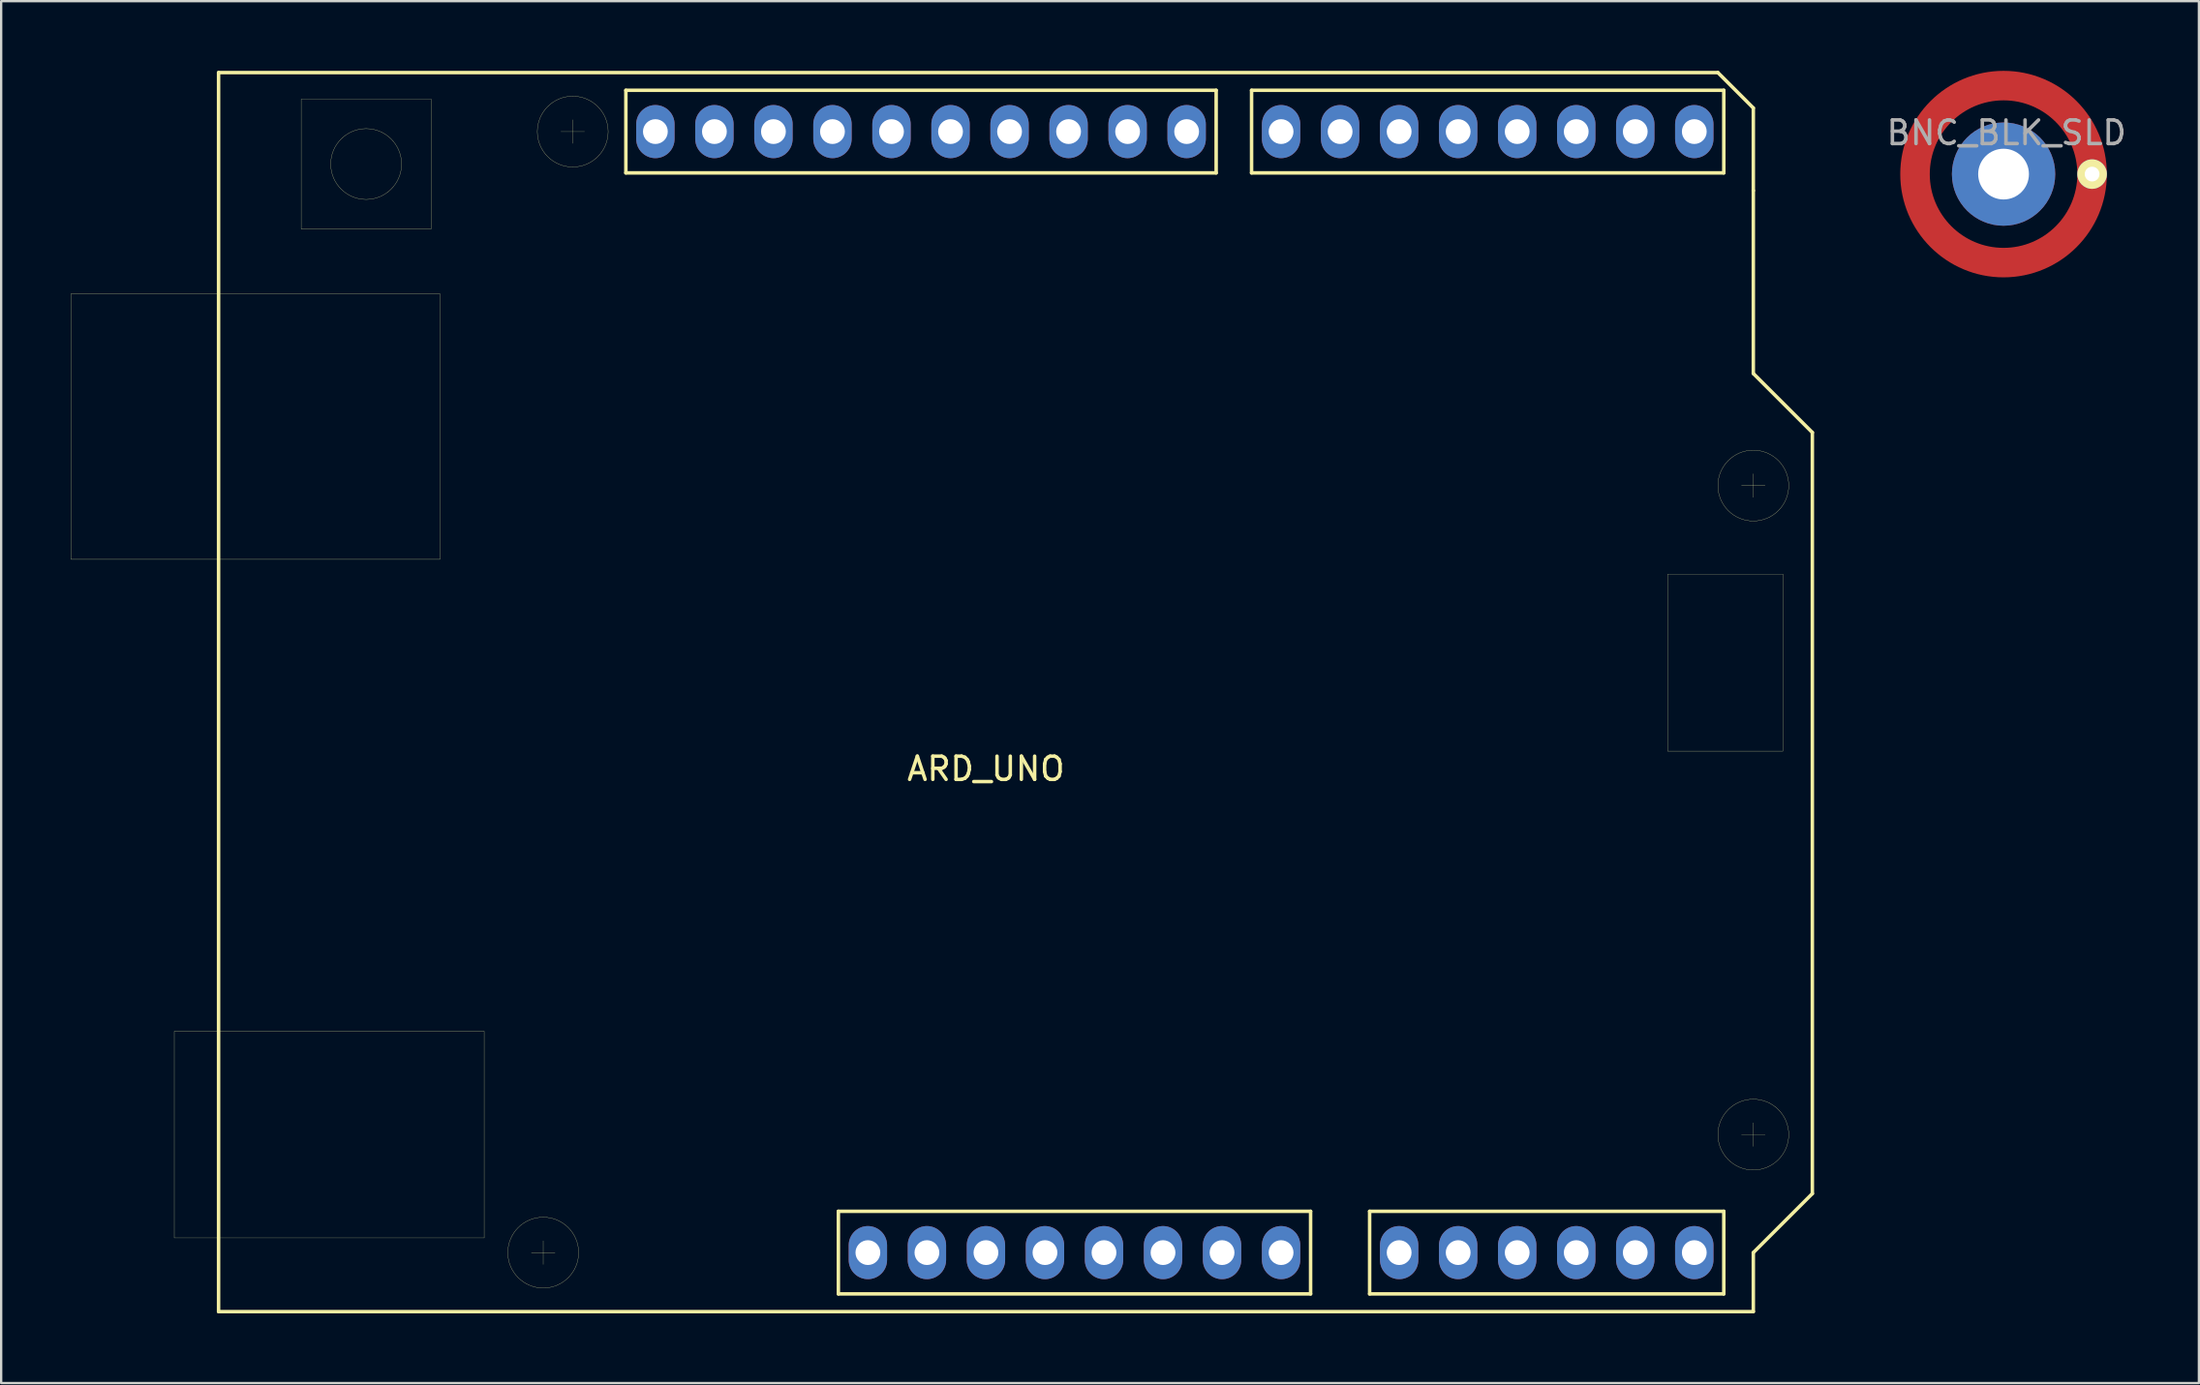
<source format=kicad_pcb>
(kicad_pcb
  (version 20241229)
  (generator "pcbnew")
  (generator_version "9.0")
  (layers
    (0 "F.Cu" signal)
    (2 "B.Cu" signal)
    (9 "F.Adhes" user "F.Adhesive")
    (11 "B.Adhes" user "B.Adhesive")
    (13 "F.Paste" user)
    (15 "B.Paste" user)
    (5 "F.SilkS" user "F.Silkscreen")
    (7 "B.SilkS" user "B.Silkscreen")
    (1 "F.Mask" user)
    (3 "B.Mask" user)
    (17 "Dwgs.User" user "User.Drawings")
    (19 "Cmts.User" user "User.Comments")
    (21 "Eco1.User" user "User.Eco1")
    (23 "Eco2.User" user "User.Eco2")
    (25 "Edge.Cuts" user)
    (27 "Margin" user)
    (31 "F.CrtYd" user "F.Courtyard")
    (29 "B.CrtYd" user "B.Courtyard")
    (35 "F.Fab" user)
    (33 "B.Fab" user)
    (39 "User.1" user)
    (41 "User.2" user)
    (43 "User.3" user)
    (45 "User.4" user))
  (footprint "ARD_UNO"
    (layer "F.Cu")
    (at 39.375 28.015)
    (property "Reference" "ARD_UNO" (at 0 2.032 0) (layer "F.SilkS") (effects (font (size 1 1) (thickness 0.15))))
    (attr through_hole)
    (fp_line (start -39.37 -18.415) (end -39.37 -6.985) (stroke (width 0.01) (type solid)) (layer "F.SilkS"))
    (fp_line (start -39.37 -6.985) (end -23.495 -6.985) (stroke (width 0.01) (type solid)) (layer "F.SilkS"))
    (fp_line (start -34.925 13.335) (end -34.925 22.225) (stroke (width 0.01) (type solid)) (layer "F.SilkS"))
    (fp_line (start -34.925 22.225) (end -21.59 22.225) (stroke (width 0.01) (type solid)) (layer "F.SilkS"))
    (fp_line (start -33.02 -27.94) (end 31.496 -27.94) (stroke (width 0.15) (type solid)) (layer "F.SilkS"))
    (fp_line (start -33.02 25.4) (end -33.02 -27.94) (stroke (width 0.15) (type solid)) (layer "F.SilkS"))
    (fp_line (start -29.464 -26.797) (end -23.876 -26.797) (stroke (width 0.01) (type solid)) (layer "F.SilkS"))
    (fp_line (start -29.464 -21.209) (end -29.464 -26.797) (stroke (width 0.01) (type solid)) (layer "F.SilkS"))
    (fp_line (start -23.876 -26.797) (end -23.876 -21.209) (stroke (width 0.01) (type solid)) (layer "F.SilkS"))
    (fp_line (start -23.876 -21.209) (end -29.464 -21.209) (stroke (width 0.01) (type solid)) (layer "F.SilkS"))
    (fp_line (start -23.495 -18.415) (end -39.37 -18.415) (stroke (width 0.01) (type solid)) (layer "F.SilkS"))
    (fp_line (start -23.495 -6.985) (end -23.495 -18.415) (stroke (width 0.01) (type solid)) (layer "F.SilkS"))
    (fp_line (start -21.59 13.335) (end -34.925 13.335) (stroke (width 0.01) (type solid)) (layer "F.SilkS"))
    (fp_line (start -21.59 22.225) (end -21.59 13.335) (stroke (width 0.01) (type solid)) (layer "F.SilkS"))
    (fp_line (start -19.558 22.86) (end -18.542 22.86) (stroke (width 0.01) (type solid)) (layer "F.SilkS"))
    (fp_line (start -19.05 22.352) (end -19.05 23.368) (stroke (width 0.01) (type solid)) (layer "F.SilkS"))
    (fp_line (start -18.288 -25.4) (end -17.272 -25.4) (stroke (width 0.01) (type solid)) (layer "F.SilkS"))
    (fp_line (start -17.78 -25.908) (end -17.78 -24.892) (stroke (width 0.01) (type solid)) (layer "F.SilkS"))
    (fp_line (start -15.494 -27.178) (end 9.906 -27.178) (stroke (width 0.15) (type solid)) (layer "F.SilkS"))
    (fp_line (start -15.494 -23.622) (end -15.494 -27.178) (stroke (width 0.15) (type solid)) (layer "F.SilkS"))
    (fp_line (start -6.35 21.082) (end 13.97 21.082) (stroke (width 0.15) (type solid)) (layer "F.SilkS"))
    (fp_line (start -6.35 24.638) (end -6.35 21.082) (stroke (width 0.15) (type solid)) (layer "F.SilkS"))
    (fp_line (start 9.906 -27.178) (end 9.906 -23.622) (stroke (width 0.15) (type solid)) (layer "F.SilkS"))
    (fp_line (start 9.906 -23.622) (end -15.494 -23.622) (stroke (width 0.15) (type solid)) (layer "F.SilkS"))
    (fp_line (start 11.43 -27.178) (end 11.43 -23.622) (stroke (width 0.15) (type solid)) (layer "F.SilkS"))
    (fp_line (start 11.43 -23.622) (end 31.75 -23.622) (stroke (width 0.15) (type solid)) (layer "F.SilkS"))
    (fp_line (start 13.97 21.082) (end 13.97 24.638) (stroke (width 0.15) (type solid)) (layer "F.SilkS"))
    (fp_line (start 13.97 24.638) (end -6.35 24.638) (stroke (width 0.15) (type solid)) (layer "F.SilkS"))
    (fp_line (start 16.51 21.082) (end 16.51 24.638) (stroke (width 0.15) (type solid)) (layer "F.SilkS"))
    (fp_line (start 16.51 24.638) (end 31.75 24.638) (stroke (width 0.15) (type solid)) (layer "F.SilkS"))
    (fp_line (start 29.337 -6.35) (end 34.29 -6.35) (stroke (width 0.01) (type solid)) (layer "F.SilkS"))
    (fp_line (start 29.337 1.27) (end 29.337 -6.35) (stroke (width 0.01) (type solid)) (layer "F.SilkS"))
    (fp_line (start 31.496 -27.94) (end 33.02 -26.416) (stroke (width 0.15) (type solid)) (layer "F.SilkS"))
    (fp_line (start 31.75 -27.178) (end 11.43 -27.178) (stroke (width 0.15) (type solid)) (layer "F.SilkS"))
    (fp_line (start 31.75 -23.622) (end 31.75 -27.178) (stroke (width 0.15) (type solid)) (layer "F.SilkS"))
    (fp_line (start 31.75 21.082) (end 16.51 21.082) (stroke (width 0.15) (type solid)) (layer "F.SilkS"))
    (fp_line (start 31.75 24.638) (end 31.75 21.082) (stroke (width 0.15) (type solid)) (layer "F.SilkS"))
    (fp_line (start 32.512 -10.16) (end 33.528 -10.16) (stroke (width 0.01) (type solid)) (layer "F.SilkS"))
    (fp_line (start 32.512 17.78) (end 33.528 17.78) (stroke (width 0.01) (type solid)) (layer "F.SilkS"))
    (fp_line (start 33.02 -26.416) (end 33.02 -22.86) (stroke (width 0.15) (type solid)) (layer "F.SilkS"))
    (fp_line (start 33.02 -22.86) (end 33.02 -14.986) (stroke (width 0.15) (type solid)) (layer "F.SilkS"))
    (fp_line (start 33.02 -14.986) (end 35.56 -12.446) (stroke (width 0.15) (type solid)) (layer "F.SilkS"))
    (fp_line (start 33.02 -10.668) (end 33.02 -9.652) (stroke (width 0.01) (type solid)) (layer "F.SilkS"))
    (fp_line (start 33.02 17.272) (end 33.02 18.288) (stroke (width 0.01) (type solid)) (layer "F.SilkS"))
    (fp_line (start 33.02 22.86) (end 33.02 25.4) (stroke (width 0.15) (type solid)) (layer "F.SilkS"))
    (fp_line (start 33.02 25.4) (end -33.02 25.4) (stroke (width 0.15) (type solid)) (layer "F.SilkS"))
    (fp_line (start 34.29 -6.35) (end 34.29 1.27) (stroke (width 0.01) (type solid)) (layer "F.SilkS"))
    (fp_line (start 34.29 1.27) (end 29.337 1.27) (stroke (width 0.01) (type solid)) (layer "F.SilkS"))
    (fp_line (start 35.56 -12.446) (end 35.56 20.32) (stroke (width 0.15) (type solid)) (layer "F.SilkS"))
    (fp_line (start 35.56 20.32) (end 33.02 22.86) (stroke (width 0.15) (type solid)) (layer "F.SilkS"))
    (fp_circle (center -26.67 -24.003) (end -28.194 -24.003) (stroke (width 0.01) (type solid)) (fill no) (layer "F.SilkS"))
    (fp_circle (center -19.05 22.86) (end -17.526 22.86) (stroke (width 0.01) (type solid)) (fill no) (layer "F.SilkS"))
    (fp_circle (center -17.78 -25.4) (end -16.256 -25.4) (stroke (width 0.01) (type solid)) (fill no) (layer "F.SilkS"))
    (fp_circle (center 33.02 -10.16) (end 34.544 -10.16) (stroke (width 0.01) (type solid)) (fill no) (layer "F.SilkS"))
    (fp_circle (center 33.02 17.78) (end 34.544 17.78) (stroke (width 0.01) (type solid)) (fill no) (layer "F.SilkS"))
    (pad "0" thru_hole oval (at 30.48 -25.4) (size 1.651 2.286) (drill 1.067) (layers "*.Cu" "*.Mask"))
    (pad "1" thru_hole oval (at 27.94 -25.4) (size 1.651 2.286) (drill 1.067) (layers "*.Cu" "*.Mask"))
    (pad "2" thru_hole oval (at 25.4 -25.4) (size 1.651 2.286) (drill 1.067) (layers "*.Cu" "*.Mask"))
    (pad "3" thru_hole oval (at 22.86 -25.4) (size 1.651 2.286) (drill 1.067) (layers "*.Cu" "*.Mask"))
    (pad "3V3" thru_hole oval (at 2.54 22.86) (size 1.651 2.286) (drill 1.067) (layers "*.Cu" "*.Mask"))
    (pad "4" thru_hole oval (at 20.32 -25.4) (size 1.651 2.286) (drill 1.067) (layers "*.Cu" "*.Mask"))
    (pad "5" thru_hole oval (at 17.78 -25.4) (size 1.651 2.286) (drill 1.067) (layers "*.Cu" "*.Mask"))
    (pad "5V" thru_hole oval (at 5.08 22.86) (size 1.651 2.286) (drill 1.067) (layers "*.Cu" "*.Mask"))
    (pad "6" thru_hole oval (at 15.24 -25.4) (size 1.651 2.286) (drill 1.067) (layers "*.Cu" "*.Mask"))
    (pad "7" thru_hole oval (at 12.7 -25.4) (size 1.651 2.286) (drill 1.067) (layers "*.Cu" "*.Mask"))
    (pad "8" thru_hole oval (at 8.636 -25.4) (size 1.651 2.286) (drill 1.067) (layers "*.Cu" "*.Mask"))
    (pad "9" thru_hole oval (at 6.096 -25.4) (size 1.651 2.286) (drill 1.067) (layers "*.Cu" "*.Mask"))
    (pad "10" thru_hole oval (at 3.556 -25.4) (size 1.651 2.286) (drill 1.067) (layers "*.Cu" "*.Mask"))
    (pad "11" thru_hole oval (at 1.016 -25.4) (size 1.651 2.286) (drill 1.067) (layers "*.Cu" "*.Mask"))
    (pad "12" thru_hole oval (at -1.524 -25.4) (size 1.651 2.286) (drill 1.067) (layers "*.Cu" "*.Mask"))
    (pad "13" thru_hole oval (at -4.064 -25.4) (size 1.651 2.286) (drill 1.067) (layers "*.Cu" "*.Mask"))
    (pad "A0" thru_hole oval (at 17.78 22.86) (size 1.651 2.286) (drill 1.067) (layers "*.Cu" "*.Mask"))
    (pad "A1" thru_hole oval (at 20.32 22.86) (size 1.651 2.286) (drill 1.067) (layers "*.Cu" "*.Mask"))
    (pad "A2" thru_hole oval (at 22.86 22.86) (size 1.651 2.286) (drill 1.067) (layers "*.Cu" "*.Mask"))
    (pad "A3" thru_hole oval (at 25.4 22.86) (size 1.651 2.286) (drill 1.067) (layers "*.Cu" "*.Mask"))
    (pad "A4/1" thru_hole oval (at 27.94 22.86) (size 1.651 2.286) (drill 1.067) (layers "*.Cu" "*.Mask"))
    (pad "A4/2" thru_hole oval (at -11.684 -25.4) (size 1.651 2.286) (drill 1.067) (layers "*.Cu" "*.Mask"))
    (pad "A5/1" thru_hole oval (at 30.48 22.86) (size 1.651 2.286) (drill 1.067) (layers "*.Cu" "*.Mask"))
    (pad "A5/2" thru_hole oval (at -14.224 -25.4) (size 1.651 2.286) (drill 1.067) (layers "*.Cu" "*.Mask"))
    (pad "AREF" thru_hole oval (at -9.144 -25.4) (size 1.651 2.286) (drill 1.067) (layers "*.Cu" "*.Mask"))
    (pad "GND1" thru_hole oval (at 7.62 22.86) (size 1.651 2.286) (drill 1.067) (layers "*.Cu" "*.Mask"))
    (pad "GND2" thru_hole oval (at 10.16 22.86) (size 1.651 2.286) (drill 1.067) (layers "*.Cu" "*.Mask"))
    (pad "GND3" thru_hole oval (at -6.604 -25.4) (size 1.651 2.286) (drill 1.067) (layers "*.Cu" "*.Mask"))
    (pad "IREF" thru_hole oval (at -2.54 22.86) (size 1.651 2.286) (drill 1.067) (layers "*.Cu" "*.Mask"))
    (pad "NC" thru_hole oval (at -5.08 22.86) (size 1.651 2.286) (drill 1.067) (layers "*.Cu" "*.Mask"))
    (pad "RST" thru_hole oval (at 0 22.86) (size 1.651 2.286) (drill 1.067) (layers "*.Cu" "*.Mask"))
    (pad "VIN" thru_hole oval (at 12.7 22.86) (size 1.651 2.286) (drill 1.067) (layers "*.Cu" "*.Mask")))
  (footprint "BNC_BLK_SLD"
    (layer "F.Cu")
    (at 83.163 4.445)
    (property "Reference" "BNC_BLK_SLD" (at 0.127 -1.778 0) (layer "F.Fab") (effects (font (size 1.016 1.016) (thickness 0.152))))
    (attr through_hole)
    (fp_circle (center 0 0) (end 3.81 0) (stroke (width 1.27) (type solid)) (fill no) (layer "F.Cu"))
    (pad "1" thru_hole circle (at 0 0) (size 4.445 4.445) (drill 2.184) (layers "*.Cu" "*.Mask"))
    (pad "2" thru_hole circle (at 3.81 0) (size 1.27 1.27) (drill 0.635) (layers "*.Cu" "*.Mask" "F.SilkS")))
  (gr_rect
    (start -3 -3)
    (end 91.569 56.49)
    (stroke (width 0.1) (type default))
    (fill no)
    (layer "Edge.Cuts")))
</source>
